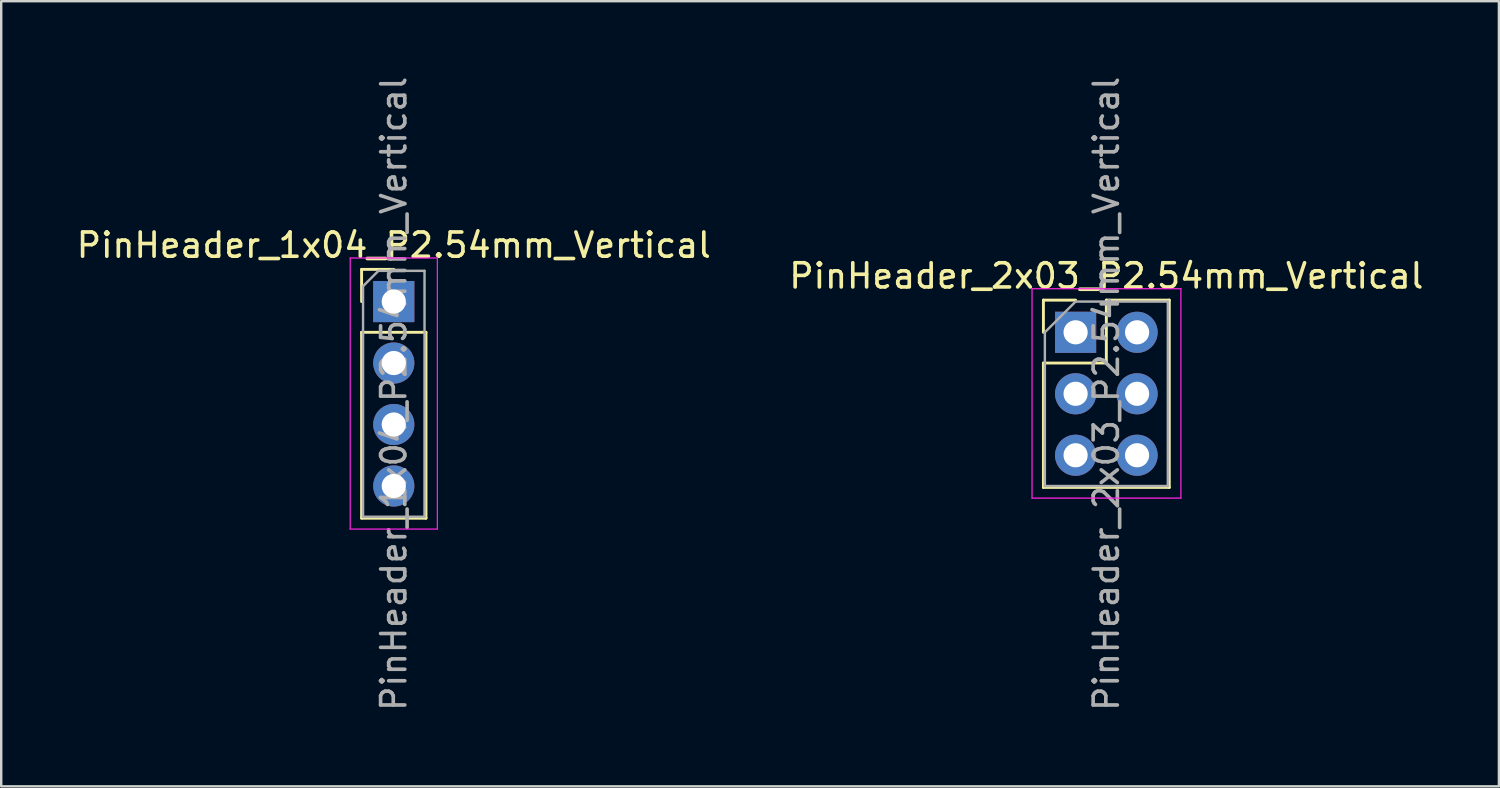
<source format=kicad_pcb>
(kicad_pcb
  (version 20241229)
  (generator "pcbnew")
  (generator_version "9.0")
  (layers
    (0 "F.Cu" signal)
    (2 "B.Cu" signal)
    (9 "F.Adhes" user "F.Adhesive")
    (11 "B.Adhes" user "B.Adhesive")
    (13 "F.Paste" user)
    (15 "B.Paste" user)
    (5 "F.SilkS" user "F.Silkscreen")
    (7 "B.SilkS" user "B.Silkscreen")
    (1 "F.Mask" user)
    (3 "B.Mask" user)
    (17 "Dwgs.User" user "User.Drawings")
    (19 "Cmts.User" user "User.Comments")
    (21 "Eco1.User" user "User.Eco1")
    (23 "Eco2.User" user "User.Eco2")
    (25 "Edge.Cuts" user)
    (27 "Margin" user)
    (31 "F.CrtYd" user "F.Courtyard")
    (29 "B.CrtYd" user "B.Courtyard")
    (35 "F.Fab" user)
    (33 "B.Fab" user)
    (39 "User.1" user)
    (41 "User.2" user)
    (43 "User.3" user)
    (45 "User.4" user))
  (footprint "PinHeader_2x03_P2.54mm_Vertical"
    (layer "F.Cu")
    (at 41.391 10.68)
    (property "Reference" "PinHeader_2x03_P2.54mm_Vertical" (at 1.27 -2.33 0) (layer "F.SilkS") (effects (font (size 1 1) (thickness 0.15))))
    (attr through_hole)
    (fp_line (start -1.33 -1.33) (end 0 -1.33) (stroke (width 0.12) (type solid)) (layer "F.SilkS"))
    (fp_line (start -1.33 0) (end -1.33 -1.33) (stroke (width 0.12) (type solid)) (layer "F.SilkS"))
    (fp_line (start -1.33 1.27) (end -1.33 6.41) (stroke (width 0.12) (type solid)) (layer "F.SilkS"))
    (fp_line (start -1.33 1.27) (end 1.27 1.27) (stroke (width 0.12) (type solid)) (layer "F.SilkS"))
    (fp_line (start -1.33 6.41) (end 3.87 6.41) (stroke (width 0.12) (type solid)) (layer "F.SilkS"))
    (fp_line (start 1.27 -1.33) (end 3.87 -1.33) (stroke (width 0.12) (type solid)) (layer "F.SilkS"))
    (fp_line (start 1.27 1.27) (end 1.27 -1.33) (stroke (width 0.12) (type solid)) (layer "F.SilkS"))
    (fp_line (start 3.87 -1.33) (end 3.87 6.41) (stroke (width 0.12) (type solid)) (layer "F.SilkS"))
    (fp_line (start -1.8 -1.8) (end -1.8 6.85) (stroke (width 0.05) (type solid)) (layer "F.CrtYd"))
    (fp_line (start -1.8 6.85) (end 4.35 6.85) (stroke (width 0.05) (type solid)) (layer "F.CrtYd"))
    (fp_line (start 4.35 -1.8) (end -1.8 -1.8) (stroke (width 0.05) (type solid)) (layer "F.CrtYd"))
    (fp_line (start 4.35 6.85) (end 4.35 -1.8) (stroke (width 0.05) (type solid)) (layer "F.CrtYd"))
    (fp_line (start -1.27 0) (end 0 -1.27) (stroke (width 0.1) (type solid)) (layer "F.Fab"))
    (fp_line (start -1.27 6.35) (end -1.27 0) (stroke (width 0.1) (type solid)) (layer "F.Fab"))
    (fp_line (start 0 -1.27) (end 3.81 -1.27) (stroke (width 0.1) (type solid)) (layer "F.Fab"))
    (fp_line (start 3.81 -1.27) (end 3.81 6.35) (stroke (width 0.1) (type solid)) (layer "F.Fab"))
    (fp_line (start 3.81 6.35) (end -1.27 6.35) (stroke (width 0.1) (type solid)) (layer "F.Fab"))
    (fp_text user "${REFERENCE}" (at 1.27 2.54 90) (layer "F.Fab") (effects (font (size 1 1) (thickness 0.15))))
    (pad "1" thru_hole rect (at 0 0) (size 1.7 1.7) (drill 1) (layers "*.Cu" "*.Mask"))
    (pad "2" thru_hole oval (at 0 2.54) (size 1.7 1.7) (drill 1) (layers "*.Cu" "*.Mask"))
    (pad "3" thru_hole oval (at 0 5.08) (size 1.7 1.7) (drill 1) (layers "*.Cu" "*.Mask"))
    (pad "4" thru_hole oval (at 2.54 0) (size 1.7 1.7) (drill 1) (layers "*.Cu" "*.Mask"))
    (pad "5" thru_hole oval (at 2.54 2.54) (size 1.7 1.7) (drill 1) (layers "*.Cu" "*.Mask"))
    (pad "6" thru_hole oval (at 2.54 5.08) (size 1.7 1.7) (drill 1) (layers "*.Cu" "*.Mask")))
  (footprint "PinHeader_1x04_P2.54mm_Vertical"
    (layer "F.Cu")
    (at 13.22 9.41)
    (property "Reference" "PinHeader_1x04_P2.54mm_Vertical" (at 0 -2.33 0) (layer "F.SilkS") (effects (font (size 1 1) (thickness 0.15))))
    (attr through_hole)
    (fp_line (start -1.33 -1.33) (end 0 -1.33) (stroke (width 0.12) (type solid)) (layer "F.SilkS"))
    (fp_line (start -1.33 0) (end -1.33 -1.33) (stroke (width 0.12) (type solid)) (layer "F.SilkS"))
    (fp_line (start -1.33 1.27) (end -1.33 8.95) (stroke (width 0.12) (type solid)) (layer "F.SilkS"))
    (fp_line (start -1.33 1.27) (end 1.33 1.27) (stroke (width 0.12) (type solid)) (layer "F.SilkS"))
    (fp_line (start -1.33 8.95) (end 1.33 8.95) (stroke (width 0.12) (type solid)) (layer "F.SilkS"))
    (fp_line (start 1.33 1.27) (end 1.33 8.95) (stroke (width 0.12) (type solid)) (layer "F.SilkS"))
    (fp_line (start -1.8 -1.8) (end -1.8 9.4) (stroke (width 0.05) (type solid)) (layer "F.CrtYd"))
    (fp_line (start -1.8 9.4) (end 1.8 9.4) (stroke (width 0.05) (type solid)) (layer "F.CrtYd"))
    (fp_line (start 1.8 -1.8) (end -1.8 -1.8) (stroke (width 0.05) (type solid)) (layer "F.CrtYd"))
    (fp_line (start 1.8 9.4) (end 1.8 -1.8) (stroke (width 0.05) (type solid)) (layer "F.CrtYd"))
    (fp_line (start -1.27 -0.635) (end -0.635 -1.27) (stroke (width 0.1) (type solid)) (layer "F.Fab"))
    (fp_line (start -1.27 8.89) (end -1.27 -0.635) (stroke (width 0.1) (type solid)) (layer "F.Fab"))
    (fp_line (start -0.635 -1.27) (end 1.27 -1.27) (stroke (width 0.1) (type solid)) (layer "F.Fab"))
    (fp_line (start 1.27 -1.27) (end 1.27 8.89) (stroke (width 0.1) (type solid)) (layer "F.Fab"))
    (fp_line (start 1.27 8.89) (end -1.27 8.89) (stroke (width 0.1) (type solid)) (layer "F.Fab"))
    (fp_text user "${REFERENCE}" (at 0 3.81 270) (layer "F.Fab") (effects (font (size 1 1) (thickness 0.15))))
    (pad "1" thru_hole rect (at 0 0) (size 1.7 1.7) (drill 1) (layers "*.Cu" "*.Mask"))
    (pad "2" thru_hole oval (at 0 2.54) (size 1.7 1.7) (drill 1) (layers "*.Cu" "*.Mask"))
    (pad "3" thru_hole oval (at 0 5.08) (size 1.7 1.7) (drill 1) (layers "*.Cu" "*.Mask"))
    (pad "4" thru_hole oval (at 0 7.62) (size 1.7 1.7) (drill 1) (layers "*.Cu" "*.Mask")))
  (gr_rect
    (start -3 -3)
    (end 58.881 29.44)
    (stroke (width 0.1) (type default))
    (fill no)
    (layer "Edge.Cuts")))
</source>
